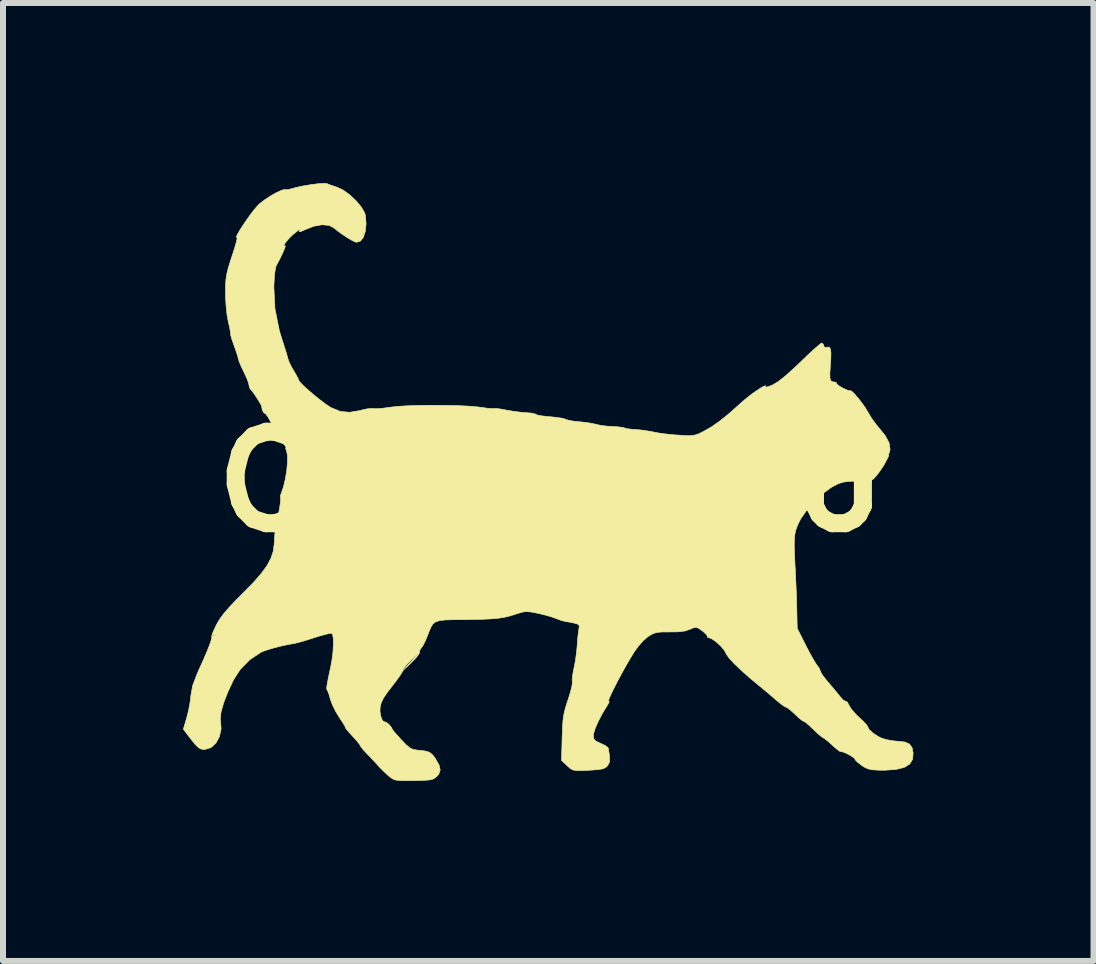
<source format=kicad_pcb>
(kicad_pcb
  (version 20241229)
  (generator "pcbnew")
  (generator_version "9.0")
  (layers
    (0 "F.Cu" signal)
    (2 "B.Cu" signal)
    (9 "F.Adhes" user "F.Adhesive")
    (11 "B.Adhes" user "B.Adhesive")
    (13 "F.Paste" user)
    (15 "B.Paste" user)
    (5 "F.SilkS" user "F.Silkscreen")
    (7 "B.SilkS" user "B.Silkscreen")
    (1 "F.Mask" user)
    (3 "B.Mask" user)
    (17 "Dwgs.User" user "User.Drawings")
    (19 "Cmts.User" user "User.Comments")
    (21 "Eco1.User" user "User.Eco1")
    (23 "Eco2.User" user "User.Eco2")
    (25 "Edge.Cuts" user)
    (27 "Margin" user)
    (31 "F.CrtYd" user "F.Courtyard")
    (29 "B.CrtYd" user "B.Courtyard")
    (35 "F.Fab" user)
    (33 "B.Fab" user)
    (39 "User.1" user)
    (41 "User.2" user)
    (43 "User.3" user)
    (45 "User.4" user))
  (footprint "Cat-Logo"
    (layer "F.Cu")
    (at 6.103 4.979)
    (property "Reference" "Cat-Logo" (at 0 0 0) (layer "F.SilkS") (effects (font (size 1.524 1.524) (thickness 0.3))))
    (attr through_hole)
    (fp_poly (pts (xy -2.159 2.836) (xy -2.164 2.842) (xy -2.164 2.841) (xy -2.159 2.836)) (stroke (width 0.01) (type solid)) (fill yes) (layer "F.SilkS"))
    (fp_poly (pts (xy -2.175 2.872) (xy -2.221 2.932) (xy -2.29 3.003) (xy -2.295 3.009) (xy -2.441 3.147) (xy -2.3 2.992) (xy -2.164 2.842) (xy -2.175 2.872)) (stroke (width 0.01) (type solid)) (fill yes) (layer "F.SilkS"))
    (fp_poly (pts (xy -3.706 -4.97) (xy -3.701 -4.968) (xy -3.645 -4.945) (xy -3.563 -4.918) (xy -3.537 -4.909) (xy -3.435 -4.862) (xy -3.326 -4.783) (xy -3.221 -4.685) (xy -3.134 -4.581) (xy -3.077 -4.483) (xy -3.064 -4.44) (xy -3.053 -4.298) (xy -3.066 -4.173) (xy -3.078 -4.136) (xy -3.09 -4.149) (xy -3.104 -4.135) (xy -3.09 -4.12) (xy -3.08 -4.131) (xy -3.098 -4.074) (xy -3.148 -4.011) (xy -3.211 -3.992) (xy -3.229 -3.996) (xy -3.286 -4.022) (xy -3.369 -4.071) (xy -3.46 -4.132) (xy -3.54 -4.191) (xy -3.579 -4.225) (xy -3.667 -4.273) (xy -3.786 -4.284) (xy -3.925 -4.259) (xy -4.073 -4.201) (xy -4.134 -4.173) (xy -4.164 -4.168) (xy -4.164 -4.175) (xy -4.154 -4.203) (xy -4.181 -4.193) (xy -4.243 -4.144) (xy -4.276 -4.117) (xy -4.334 -4.06) (xy -4.383 -4.004) (xy -4.416 -3.957) (xy -4.426 -3.931) (xy -4.405 -3.935) (xy -4.404 -3.936) (xy -4.399 -3.924) (xy -4.417 -3.872) (xy -4.452 -3.792) (xy -4.501 -3.693) (xy -4.552 -3.598) (xy -4.565 -3.547) (xy -4.578 -3.455) (xy -4.586 -3.335) (xy -4.59 -3.246) (xy -4.571 -2.882) (xy -4.496 -2.509) (xy -4.426 -2.286) (xy -4.394 -2.187) (xy -4.368 -2.1) (xy -4.358 -2.06) (xy -4.335 -1.996) (xy -4.293 -1.91) (xy -4.26 -1.854) (xy -4.215 -1.776) (xy -4.184 -1.717) (xy -4.177 -1.696) (xy -4.156 -1.663) (xy -4.1 -1.605) (xy -4.019 -1.531) (xy -3.924 -1.449) (xy -3.824 -1.369) (xy -3.73 -1.298) (xy -3.652 -1.246) (xy -3.635 -1.236) (xy -3.483 -1.174) (xy -3.327 -1.159) (xy -3.153 -1.188) (xy -3.123 -1.197) (xy -3.033 -1.217) (xy -2.956 -1.224) (xy -2.934 -1.221) (xy -2.879 -1.219) (xy -2.787 -1.225) (xy -2.676 -1.24) (xy -2.659 -1.242) (xy -2.535 -1.257) (xy -2.369 -1.267) (xy -2.173 -1.274) (xy -1.959 -1.276) (xy -1.742 -1.275) (xy -1.534 -1.27) (xy -1.348 -1.262) (xy -1.198 -1.249) (xy -1.148 -1.243) (xy -1.043 -1.228) (xy -0.961 -1.22) (xy -0.917 -1.22) (xy -0.914 -1.222) (xy -0.882 -1.223) (xy -0.81 -1.213) (xy -0.719 -1.196) (xy -0.594 -1.175) (xy -0.464 -1.159) (xy -0.389 -1.153) (xy -0.302 -1.146) (xy -0.241 -1.134) (xy -0.224 -1.124) (xy -0.19 -1.111) (xy -0.115 -1.098) (xy -0.012 -1.087) (xy 0.015 -1.085) (xy 0.124 -1.074) (xy 0.213 -1.06) (xy 0.264 -1.046) (xy 0.269 -1.043) (xy 0.312 -1.028) (xy 0.393 -1.013) (xy 0.495 -1.002) (xy 0.496 -1.002) (xy 0.61 -0.99) (xy 0.715 -0.973) (xy 0.78 -0.958) (xy 0.857 -0.941) (xy 0.963 -0.928) (xy 1.048 -0.923) (xy 1.146 -0.917) (xy 1.223 -0.907) (xy 1.258 -0.897) (xy 1.301 -0.885) (xy 1.38 -0.876) (xy 1.441 -0.872) (xy 1.563 -0.86) (xy 1.691 -0.84) (xy 1.736 -0.83) (xy 1.829 -0.813) (xy 1.956 -0.796) (xy 2.095 -0.782) (xy 2.148 -0.779) (xy 2.276 -0.771) (xy 2.365 -0.771) (xy 2.432 -0.781) (xy 2.493 -0.802) (xy 2.567 -0.839) (xy 2.58 -0.846) (xy 2.704 -0.917) (xy 2.831 -1.006) (xy 2.973 -1.119) (xy 3.138 -1.264) (xy 3.19 -1.312) (xy 3.273 -1.383) (xy 3.361 -1.453) (xy 3.448 -1.515) (xy 3.523 -1.565) (xy 3.579 -1.595) (xy 3.605 -1.601) (xy 3.602 -1.586) (xy 3.613 -1.578) (xy 3.664 -1.592) (xy 3.717 -1.613) (xy 3.812 -1.669) (xy 3.939 -1.769) (xy 4.098 -1.913) (xy 4.182 -1.993) (xy 4.294 -2.101) (xy 4.394 -2.194) (xy 4.474 -2.264) (xy 4.526 -2.306) (xy 4.541 -2.314) (xy 4.568 -2.291) (xy 4.572 -2.27) (xy 4.589 -2.239) (xy 4.626 -2.243) (xy 4.662 -2.245) (xy 4.683 -2.218) (xy 4.693 -2.156) (xy 4.691 -2.051) (xy 4.683 -1.933) (xy 4.675 -1.808) (xy 4.677 -1.728) (xy 4.691 -1.685) (xy 4.721 -1.667) (xy 4.746 -1.665) (xy 4.784 -1.655) (xy 4.786 -1.641) (xy 4.801 -1.619) (xy 4.85 -1.586) (xy 4.914 -1.551) (xy 4.975 -1.525) (xy 5.014 -1.517) (xy 5.018 -1.519) (xy 5.043 -1.507) (xy 5.09 -1.46) (xy 5.15 -1.39) (xy 5.214 -1.308) (xy 5.271 -1.226) (xy 5.312 -1.157) (xy 5.369 -1.061) (xy 5.445 -0.957) (xy 5.49 -0.903) (xy 5.599 -0.768) (xy 5.661 -0.652) (xy 5.678 -0.541) (xy 5.663 -0.475) (xy 5.659 -0.48) (xy 5.644 -0.466) (xy 5.658 -0.452) (xy 5.652 -0.425) (xy 5.582 -0.29) (xy 5.56 -0.255) (xy 5.496 -0.161) (xy 5.438 -0.087) (xy 5.398 -0.045) (xy 5.39 -0.041) (xy 5.344 -0.032) (xy 5.257 -0.023) (xy 5.146 -0.016) (xy 5.107 -0.014) (xy 4.98 -0.007) (xy 4.889 0.007) (xy 4.811 0.033) (xy 4.726 0.077) (xy 4.694 0.096) (xy 4.506 0.233) (xy 4.334 0.409) (xy 4.196 0.606) (xy 4.164 0.665) (xy 4.131 0.737) (xy 4.107 0.804) (xy 4.091 0.877) (xy 4.083 0.965) (xy 4.081 1.078) (xy 4.086 1.226) (xy 4.096 1.419) (xy 4.099 1.468) (xy 4.107 1.644) (xy 4.116 1.845) (xy 4.122 2.037) (xy 4.124 2.117) (xy 4.131 2.441) (xy 4.273 2.723) (xy 4.335 2.843) (xy 4.394 2.949) (xy 4.441 3.027) (xy 4.465 3.06) (xy 4.503 3.115) (xy 4.516 3.152) (xy 4.533 3.19) (xy 4.579 3.256) (xy 4.644 3.336) (xy 4.65 3.343) (xy 4.728 3.434) (xy 4.801 3.522) (xy 4.849 3.583) (xy 4.897 3.635) (xy 4.932 3.656) (xy 4.938 3.655) (xy 4.963 3.668) (xy 4.993 3.719) (xy 4.995 3.725) (xy 5.035 3.789) (xy 5.103 3.868) (xy 5.167 3.93) (xy 5.238 3.996) (xy 5.288 4.051) (xy 5.305 4.08) (xy 5.329 4.127) (xy 5.391 4.184) (xy 5.477 4.241) (xy 5.532 4.269) (xy 5.617 4.296) (xy 5.729 4.315) (xy 5.8 4.322) (xy 5.924 4.335) (xy 6.002 4.369) (xy 6.045 4.43) (xy 6.062 4.517) (xy 6.054 4.622) (xy 6.006 4.702) (xy 5.915 4.758) (xy 5.779 4.792) (xy 5.594 4.805) (xy 5.498 4.805) (xy 5.385 4.798) (xy 5.305 4.781) (xy 5.234 4.745) (xy 5.196 4.718) (xy 5.133 4.669) (xy 5.098 4.633) (xy 5.095 4.623) (xy 5.08 4.603) (xy 5.029 4.567) (xy 4.993 4.546) (xy 4.923 4.511) (xy 4.874 4.496) (xy 4.863 4.497) (xy 4.836 4.488) (xy 4.782 4.447) (xy 4.722 4.394) (xy 4.65 4.329) (xy 4.591 4.282) (xy 4.563 4.265) (xy 4.527 4.24) (xy 4.465 4.187) (xy 4.391 4.116) (xy 4.321 4.05) (xy 4.267 4.005) (xy 4.241 3.991) (xy 4.24 3.991) (xy 4.216 3.979) (xy 4.163 3.937) (xy 4.1 3.878) (xy 4.029 3.813) (xy 3.971 3.768) (xy 3.943 3.754) (xy 3.908 3.736) (xy 3.847 3.691) (xy 3.778 3.634) (xy 3.68 3.549) (xy 3.567 3.454) (xy 3.485 3.387) (xy 3.329 3.257) (xy 3.191 3.134) (xy 3.078 3.026) (xy 2.996 2.937) (xy 2.951 2.873) (xy 2.945 2.859) (xy 2.914 2.803) (xy 2.854 2.734) (xy 2.781 2.667) (xy 2.71 2.617) (xy 2.657 2.596) (xy 2.657 2.596) (xy 2.63 2.587) (xy 2.634 2.578) (xy 2.624 2.552) (xy 2.58 2.508) (xy 2.55 2.484) (xy 2.485 2.438) (xy 2.44 2.423) (xy 2.391 2.436) (xy 2.346 2.456) (xy 2.261 2.485) (xy 2.149 2.499) (xy 2.005 2.501) (xy 1.883 2.501) (xy 1.8 2.508) (xy 1.738 2.525) (xy 1.678 2.557) (xy 1.649 2.575) (xy 1.569 2.643) (xy 1.482 2.741) (xy 1.416 2.832) (xy 1.356 2.93) (xy 1.288 3.046) (xy 1.217 3.173) (xy 1.149 3.3) (xy 1.087 3.42) (xy 1.036 3.524) (xy 1 3.603) (xy 0.985 3.648) (xy 0.989 3.654) (xy 1 3.659) (xy 0.982 3.699) (xy 0.965 3.727) (xy 0.885 3.859) (xy 0.816 3.991) (xy 0.764 4.109) (xy 0.737 4.2) (xy 0.734 4.229) (xy 0.741 4.283) (xy 0.774 4.319) (xy 0.845 4.353) (xy 0.856 4.357) (xy 0.93 4.392) (xy 0.976 4.426) (xy 0.983 4.438) (xy 0.991 4.488) (xy 1.003 4.564) (xy 1.004 4.573) (xy 1.006 4.664) (xy 0.969 4.733) (xy 0.969 4.733) (xy 0.936 4.763) (xy 0.89 4.782) (xy 0.818 4.795) (xy 0.707 4.803) (xy 0.654 4.806) (xy 0.531 4.811) (xy 0.449 4.81) (xy 0.395 4.801) (xy 0.354 4.78) (xy 0.312 4.744) (xy 0.298 4.73) (xy 0.204 4.642) (xy 0.214 4.264) (xy 0.22 4.1) (xy 0.228 3.975) (xy 0.243 3.873) (xy 0.266 3.776) (xy 0.299 3.669) (xy 0.311 3.634) (xy 0.348 3.519) (xy 0.373 3.422) (xy 0.384 3.356) (xy 0.383 3.339) (xy 0.381 3.291) (xy 0.391 3.208) (xy 0.41 3.109) (xy 0.436 2.975) (xy 0.456 2.823) (xy 0.465 2.723) (xy 0.473 2.611) (xy 0.484 2.512) (xy 0.494 2.45) (xy 0.5 2.399) (xy 0.476 2.372) (xy 0.419 2.355) (xy 0.336 2.338) (xy 0.268 2.327) (xy 0.268 2.327) (xy 0.205 2.311) (xy 0.123 2.281) (xy 0.109 2.275) (xy 0.029 2.247) (xy -0.083 2.216) (xy -0.194 2.19) (xy -0.303 2.169) (xy -0.381 2.162) (xy -0.448 2.17) (xy -0.528 2.194) (xy -0.549 2.201) (xy -0.646 2.232) (xy -0.74 2.255) (xy -0.842 2.272) (xy -0.963 2.283) (xy -1.113 2.29) (xy -1.303 2.294) (xy -1.421 2.296) (xy -1.601 2.297) (xy -1.734 2.301) (xy -1.828 2.312) (xy -1.894 2.333) (xy -1.939 2.368) (xy -1.973 2.423) (xy -2.006 2.5) (xy -2.034 2.574) (xy -2.073 2.666) (xy -2.111 2.739) (xy -2.135 2.769) (xy -2.163 2.814) (xy -2.163 2.837) (xy -2.164 2.841) (xy -2.306 2.975) (xy -2.376 3.046) (xy -2.424 3.103) (xy -2.439 3.135) (xy -2.439 3.136) (xy -2.449 3.167) (xy -2.489 3.23) (xy -2.551 3.316) (xy -2.598 3.377) (xy -2.695 3.503) (xy -2.761 3.599) (xy -2.799 3.677) (xy -2.818 3.748) (xy -2.822 3.814) (xy -2.813 3.889) (xy -2.791 3.956) (xy -2.762 3.996) (xy -2.743 3.999) (xy -2.713 4.009) (xy -2.669 4.046) (xy -2.632 4.09) (xy -2.621 4.113) (xy -2.602 4.143) (xy -2.553 4.202) (xy -2.484 4.278) (xy -2.467 4.297) (xy -2.386 4.381) (xy -2.326 4.431) (xy -2.27 4.458) (xy -2.203 4.47) (xy -2.181 4.472) (xy -2.072 4.484) (xy -2 4.505) (xy -1.95 4.543) (xy -1.901 4.606) (xy -1.9 4.608) (xy -1.837 4.717) (xy -1.818 4.802) (xy -1.842 4.872) (xy -1.874 4.908) (xy -1.909 4.937) (xy -1.949 4.957) (xy -2.006 4.968) (xy -2.092 4.974) (xy -2.218 4.977) (xy -2.264 4.978) (xy -2.402 4.979) (xy -2.497 4.977) (xy -2.561 4.969) (xy -2.606 4.952) (xy -2.646 4.925) (xy -2.681 4.897) (xy -2.761 4.823) (xy -2.836 4.747) (xy -2.85 4.731) (xy -2.912 4.663) (xy -2.991 4.579) (xy -3.036 4.533) (xy -3.097 4.467) (xy -3.138 4.417) (xy -3.148 4.397) (xy -3.166 4.368) (xy -3.212 4.311) (xy -3.278 4.238) (xy -3.281 4.235) (xy -3.345 4.165) (xy -3.388 4.114) (xy -3.4 4.092) (xy -3.399 4.092) (xy -3.406 4.071) (xy -3.439 4.016) (xy -3.491 3.938) (xy -3.496 3.93) (xy -3.562 3.822) (xy -3.617 3.708) (xy -3.646 3.627) (xy -3.67 3.544) (xy -3.692 3.486) (xy -3.701 3.471) (xy -3.708 3.457) (xy -3.709 3.426) (xy -3.701 3.368) (xy -3.683 3.275) (xy -3.655 3.139) (xy -3.641 3.076) (xy -3.619 2.951) (xy -3.604 2.823) (xy -3.598 2.703) (xy -3.6 2.604) (xy -3.611 2.541) (xy -3.623 2.523) (xy -3.662 2.526) (xy -3.742 2.545) (xy -3.848 2.575) (xy -3.924 2.599) (xy -4.046 2.638) (xy -4.155 2.67) (xy -4.235 2.69) (xy -4.262 2.695) (xy -4.354 2.711) (xy -4.472 2.737) (xy -4.596 2.769) (xy -4.706 2.802) (xy -4.785 2.83) (xy -4.798 2.836) (xy -4.99 2.963) (xy -5.151 3.127) (xy -5.26 3.296) (xy -5.357 3.503) (xy -5.427 3.685) (xy -5.47 3.836) (xy -5.482 3.949) (xy -5.478 3.981) (xy -5.469 4.118) (xy -5.497 4.246) (xy -5.554 4.352) (xy -5.636 4.427) (xy -5.734 4.459) (xy -5.747 4.459) (xy -5.8 4.453) (xy -5.847 4.428) (xy -5.901 4.374) (xy -5.968 4.291) (xy -6.098 4.122) (xy -6.042 3.931) (xy -6.009 3.801) (xy -5.984 3.663) (xy -5.974 3.57) (xy -5.943 3.396) (xy -5.87 3.202) (xy -5.865 3.189) (xy -5.776 2.994) (xy -5.706 2.831) (xy -5.656 2.705) (xy -5.628 2.62) (xy -5.623 2.581) (xy -5.624 2.579) (xy -5.621 2.554) (xy -5.616 2.554) (xy -5.602 2.568) (xy -5.588 2.554) (xy -5.602 2.54) (xy -5.616 2.554) (xy -5.621 2.554) (xy -5.62 2.548) (xy -5.594 2.481) (xy -5.552 2.392) (xy -5.547 2.381) (xy -5.495 2.292) (xy -5.425 2.196) (xy -5.33 2.086) (xy -5.203 1.953) (xy -5.104 1.854) (xy -4.932 1.679) (xy -4.801 1.529) (xy -4.705 1.398) (xy -4.64 1.277) (xy -4.601 1.16) (xy -4.584 1.038) (xy -4.583 1.016) (xy -4.577 0.914) (xy -4.568 0.825) (xy -4.562 0.79) (xy -4.521 0.586) (xy -4.494 0.435) (xy -4.479 0.333) (xy -4.477 0.28) (xy -4.479 0.272) (xy -4.48 0.231) (xy -4.466 0.188) (xy -4.429 0.081) (xy -4.398 -0.049) (xy -4.375 -0.188) (xy -4.363 -0.322) (xy -4.363 -0.436) (xy -4.377 -0.515) (xy -4.384 -0.529) (xy -4.394 -0.56) (xy -4.388 -0.564) (xy -4.39 -0.585) (xy -4.415 -0.636) (xy -4.454 -0.701) (xy -4.495 -0.764) (xy -4.531 -0.809) (xy -4.56 -0.85) (xy -4.603 -0.925) (xy -4.642 -0.998) (xy -4.686 -1.078) (xy -4.723 -1.13) (xy -4.742 -1.142) (xy -4.762 -1.156) (xy -4.782 -1.197) (xy -4.791 -1.238) (xy -4.789 -1.249) (xy -4.799 -1.276) (xy -4.831 -1.332) (xy -4.875 -1.402) (xy -4.919 -1.468) (xy -4.954 -1.514) (xy -4.959 -1.519) (xy -4.991 -1.56) (xy -4.997 -1.575) (xy -5.011 -1.645) (xy -5.04 -1.724) (xy -5.09 -1.832) (xy -5.094 -1.839) (xy -5.138 -1.932) (xy -5.171 -2.014) (xy -5.182 -2.054) (xy -5.199 -2.115) (xy -5.229 -2.206) (xy -5.256 -2.28) (xy -5.287 -2.369) (xy -5.307 -2.436) (xy -5.311 -2.465) (xy -5.314 -2.502) (xy -5.328 -2.578) (xy -5.349 -2.666) (xy -5.37 -2.783) (xy -5.386 -2.932) (xy -5.395 -3.092) (xy -5.395 -3.137) (xy -5.395 -3.269) (xy -5.388 -3.373) (xy -5.373 -3.47) (xy -5.346 -3.577) (xy -5.303 -3.713) (xy -5.288 -3.758) (xy -5.248 -3.882) (xy -5.219 -3.982) (xy -5.203 -4.048) (xy -5.202 -4.072) (xy -5.203 -4.072) (xy -5.216 -4.075) (xy -5.202 -4.114) (xy -5.165 -4.18) (xy -5.112 -4.264) (xy -5.049 -4.357) (xy -4.982 -4.451) (xy -4.917 -4.536) (xy -4.859 -4.603) (xy -4.827 -4.635) (xy -4.745 -4.698) (xy -4.65 -4.761) (xy -4.555 -4.815) (xy -4.473 -4.854) (xy -4.418 -4.871) (xy -4.405 -4.87) (xy -4.363 -4.867) (xy -4.3 -4.883) (xy -4.209 -4.908) (xy -4.095 -4.932) (xy -3.972 -4.952) (xy -3.857 -4.967) (xy -3.763 -4.974) (xy -3.706 -4.97)) (stroke (width 0.01) (type solid)) (fill yes) (layer "F.SilkS")))
  (gr_rect
    (start -3 -3)
    (end 15.171 12.962)
    (stroke (width 0.1) (type default))
    (fill no)
    (layer "Edge.Cuts")))
</source>
